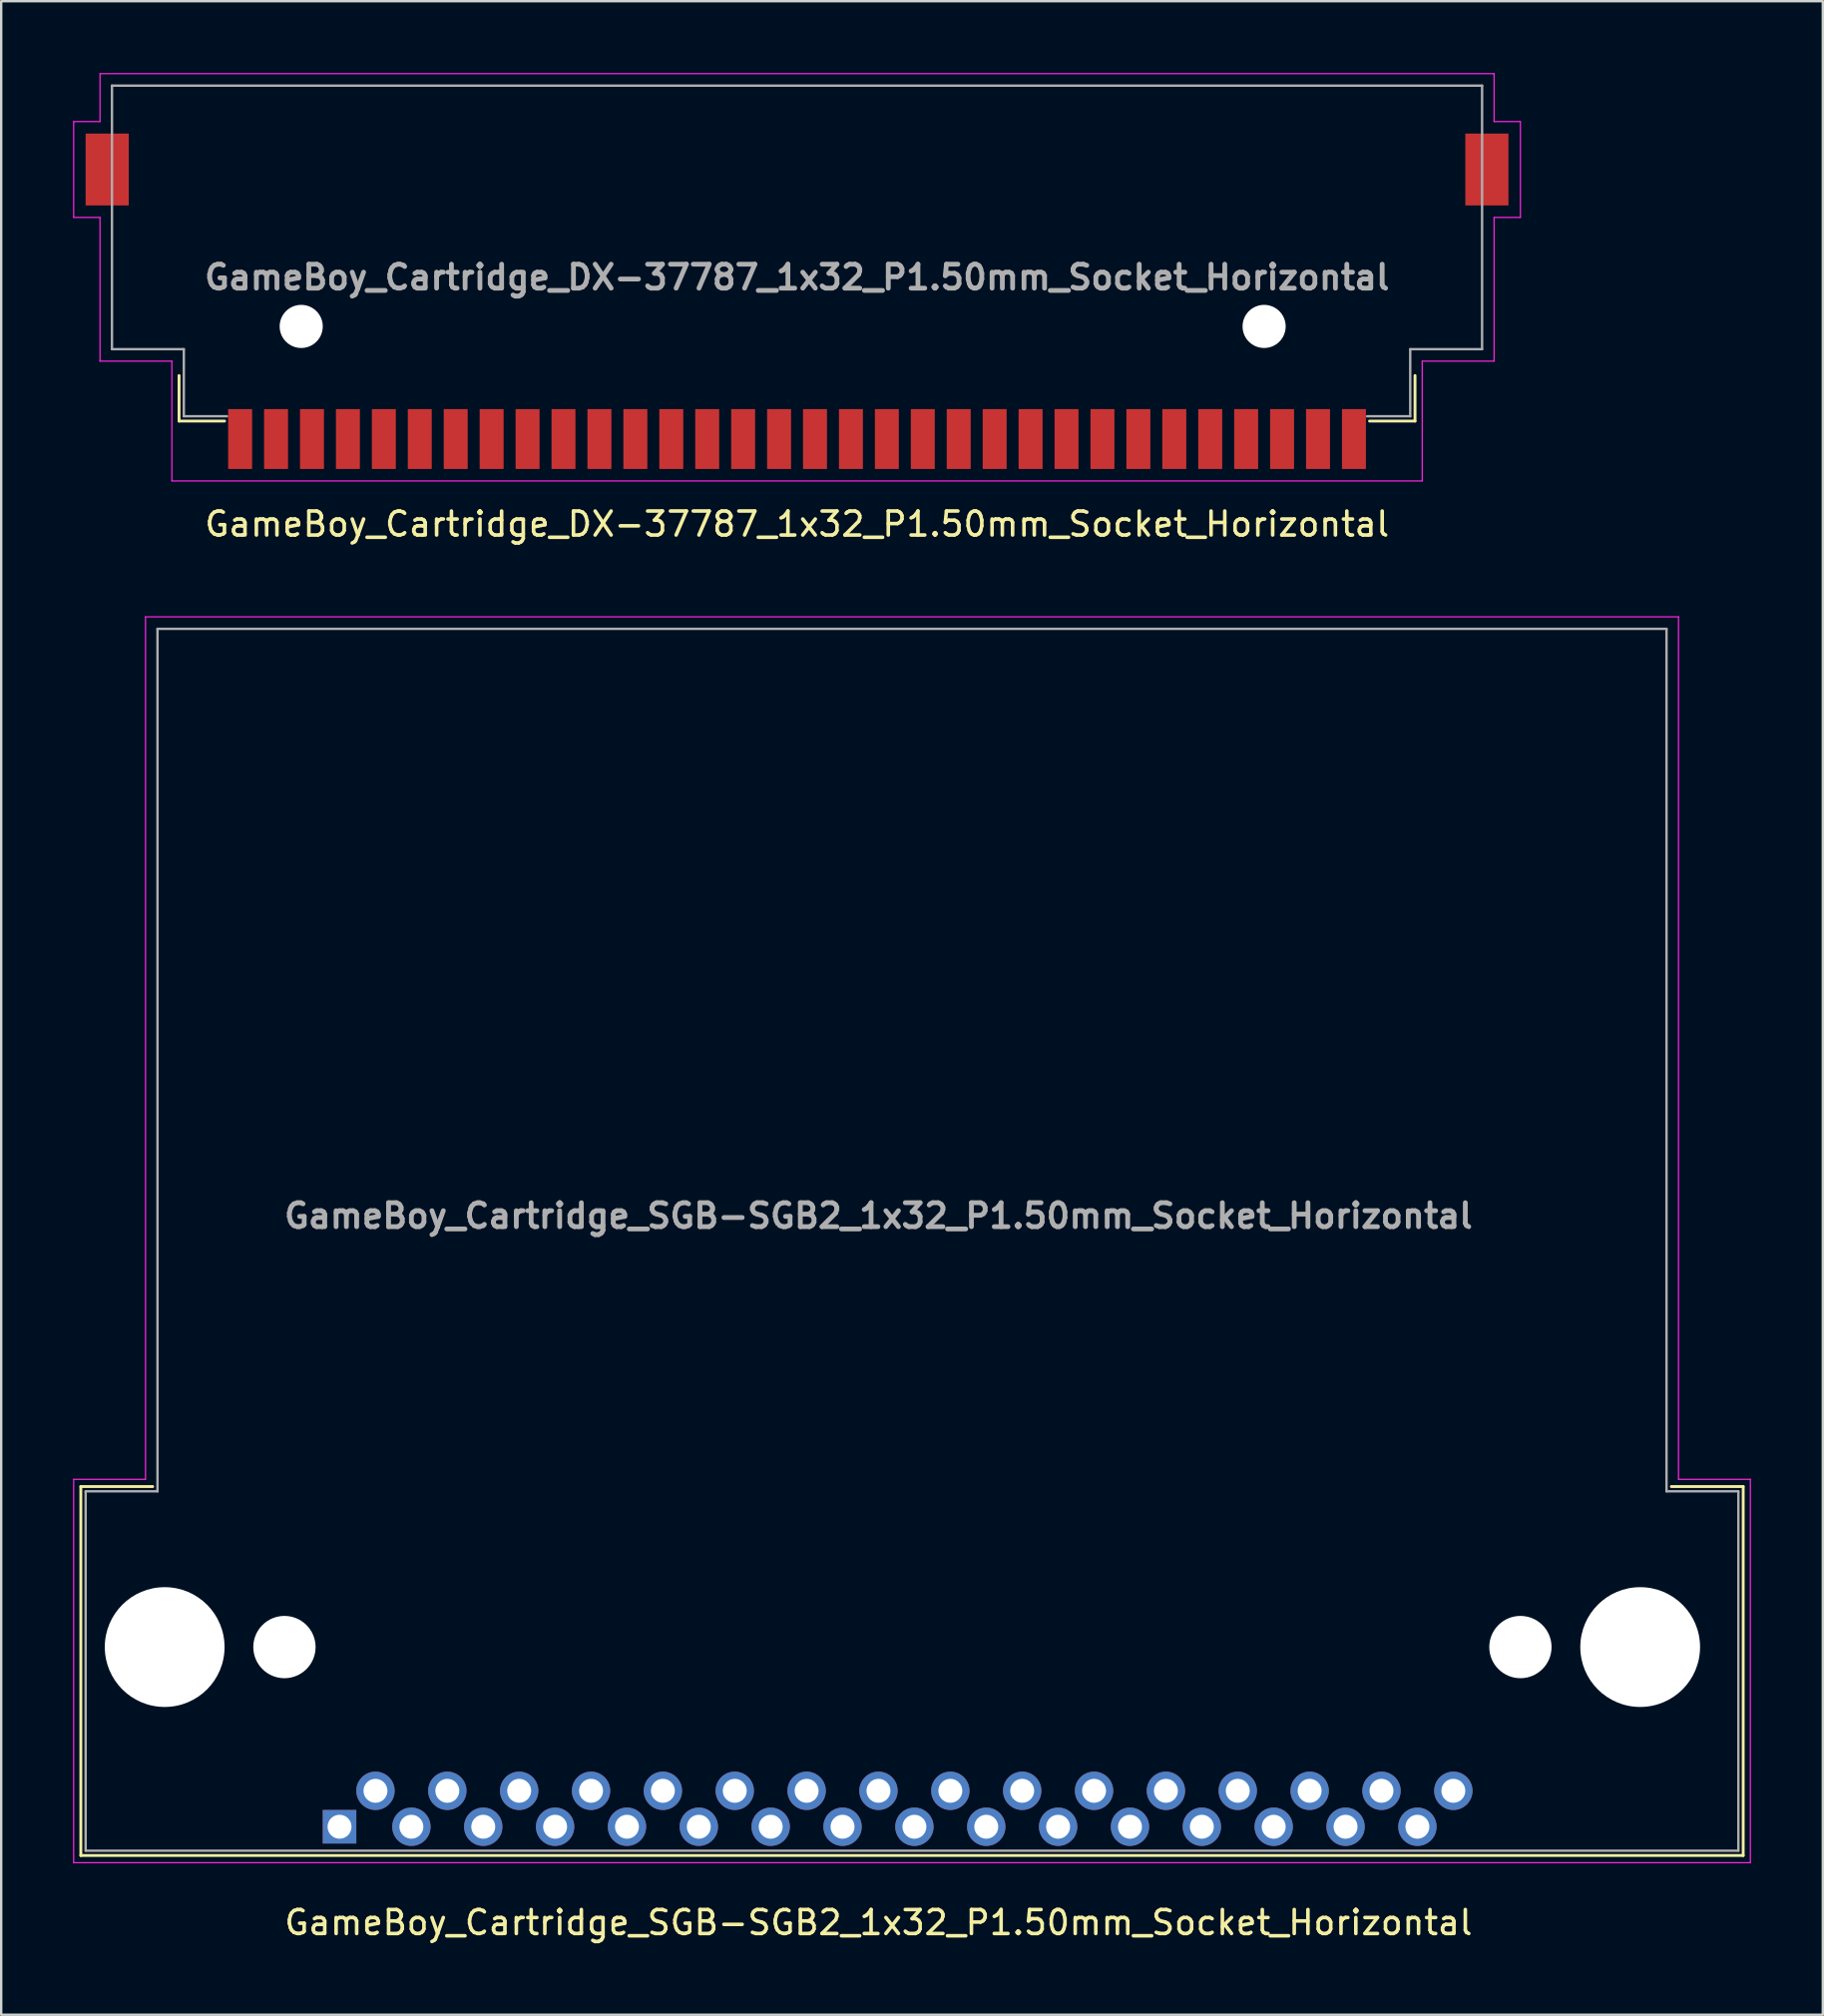
<source format=kicad_pcb>
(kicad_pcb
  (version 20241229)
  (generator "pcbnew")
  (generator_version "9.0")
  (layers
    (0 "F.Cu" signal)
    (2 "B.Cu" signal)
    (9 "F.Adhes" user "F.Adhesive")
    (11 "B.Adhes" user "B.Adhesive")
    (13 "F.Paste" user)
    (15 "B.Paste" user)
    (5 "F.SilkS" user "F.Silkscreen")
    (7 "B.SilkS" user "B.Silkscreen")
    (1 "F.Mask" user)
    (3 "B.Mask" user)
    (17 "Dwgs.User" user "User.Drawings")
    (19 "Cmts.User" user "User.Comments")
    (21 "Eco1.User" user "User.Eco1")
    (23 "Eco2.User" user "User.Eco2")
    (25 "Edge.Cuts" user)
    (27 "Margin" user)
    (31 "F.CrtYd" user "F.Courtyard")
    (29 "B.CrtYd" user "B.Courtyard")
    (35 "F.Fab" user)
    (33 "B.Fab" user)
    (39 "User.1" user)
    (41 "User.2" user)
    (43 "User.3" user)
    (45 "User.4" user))
  (footprint "GameBoy_Cartridge_SGB-SGB2_1x32_P1.50mm_Socket_Horizontal"
    (layer "F.Cu")
    (at 11.125 73.198)
    (property "Reference" "GameBoy_Cartridge_SGB-SGB2_1x32_P1.50mm_Socket_Horizontal" (at 22.5 4 0) (layer "F.SilkS") (effects (font (size 1 1) (thickness 0.15))))
    (attr through_hole)
    (fp_line (start -10.8 -14.2) (end -7.8 -14.2) (stroke (width 0.12) (type solid)) (layer "F.SilkS"))
    (fp_line (start -10.8 1.2) (end -10.8 -14.2) (stroke (width 0.12) (type solid)) (layer "F.SilkS"))
    (fp_line (start 55.6 -14.2) (end 58.6 -14.2) (stroke (width 0.12) (type solid)) (layer "F.SilkS"))
    (fp_line (start 58.6 -14.2) (end 58.6 1.2) (stroke (width 0.12) (type solid)) (layer "F.SilkS"))
    (fp_line (start 58.6 1.2) (end -10.8 1.2) (stroke (width 0.12) (type solid)) (layer "F.SilkS"))
    (fp_line (start -11.1 -14.5) (end -8.1 -14.5) (stroke (width 0.05) (type solid)) (layer "F.CrtYd"))
    (fp_line (start -11.1 1.5) (end -11.1 -14.5) (stroke (width 0.05) (type solid)) (layer "F.CrtYd"))
    (fp_line (start -8.1 -50.5) (end 55.9 -50.5) (stroke (width 0.05) (type solid)) (layer "F.CrtYd"))
    (fp_line (start -8.1 -14.5) (end -8.1 -50.5) (stroke (width 0.05) (type solid)) (layer "F.CrtYd"))
    (fp_line (start 55.9 -50.5) (end 55.9 -14.5) (stroke (width 0.05) (type solid)) (layer "F.CrtYd"))
    (fp_line (start 55.9 -14.5) (end 58.9 -14.5) (stroke (width 0.05) (type solid)) (layer "F.CrtYd"))
    (fp_line (start 58.9 -14.5) (end 58.9 1.5) (stroke (width 0.05) (type solid)) (layer "F.CrtYd"))
    (fp_line (start 58.9 1.5) (end -11.1 1.5) (stroke (width 0.05) (type solid)) (layer "F.CrtYd"))
    (fp_line (start -10.6 -14) (end -7.6 -14) (stroke (width 0.1) (type solid)) (layer "F.Fab"))
    (fp_line (start -10.6 1) (end -10.6 -14) (stroke (width 0.1) (type solid)) (layer "F.Fab"))
    (fp_line (start -10.6 1) (end 58.4 1) (stroke (width 0.1) (type solid)) (layer "F.Fab"))
    (fp_line (start -7.6 -50) (end 55.4 -50) (stroke (width 0.1) (type solid)) (layer "F.Fab"))
    (fp_line (start -7.6 -14) (end -7.6 -50) (stroke (width 0.1) (type solid)) (layer "F.Fab"))
    (fp_line (start 55.4 -14) (end 55.4 -50) (stroke (width 0.1) (type solid)) (layer "F.Fab"))
    (fp_line (start 55.4 -14) (end 58.4 -14) (stroke (width 0.1) (type solid)) (layer "F.Fab"))
    (fp_line (start 58.4 1) (end 58.4 -14) (stroke (width 0.1) (type solid)) (layer "F.Fab"))
    (fp_text user "${REFERENCE}" (at 22.5 -25.5 0) (layer "F.Fab") (effects (font (size 1 1) (thickness 0.2))))
    (pad "" np_thru_hole circle (at -7.3 -7.5) (size 5 5) (drill 5) (layers "*.Cu" "*.Mask"))
    (pad "" np_thru_hole circle (at -2.3 -7.5) (size 2.6 2.6) (drill 2.6) (layers "*.Cu" "*.Mask"))
    (pad "" np_thru_hole circle (at 49.3 -7.5) (size 2.6 2.6) (drill 2.6) (layers "*.Cu" "*.Mask"))
    (pad "" np_thru_hole circle (at 54.3 -7.5) (size 5 5) (drill 5) (layers "*.Cu" "*.Mask"))
    (pad "1" thru_hole rect (at 0 0) (size 1.4 1.4) (drill 1) (layers "*.Cu" "*.Mask"))
    (pad "2" thru_hole circle (at 1.5 -1.5) (size 1.6 1.6) (drill 1) (layers "*.Cu" "*.Mask"))
    (pad "3" thru_hole circle (at 3 0) (size 1.6 1.6) (drill 1) (layers "*.Cu" "*.Mask"))
    (pad "4" thru_hole circle (at 4.5 -1.5) (size 1.6 1.6) (drill 1) (layers "*.Cu" "*.Mask"))
    (pad "5" thru_hole circle (at 6 0) (size 1.6 1.6) (drill 1) (layers "*.Cu" "*.Mask"))
    (pad "6" thru_hole circle (at 7.5 -1.5) (size 1.6 1.6) (drill 1) (layers "*.Cu" "*.Mask"))
    (pad "7" thru_hole circle (at 9 0) (size 1.6 1.6) (drill 1) (layers "*.Cu" "*.Mask"))
    (pad "8" thru_hole circle (at 10.5 -1.5) (size 1.6 1.6) (drill 1) (layers "*.Cu" "*.Mask"))
    (pad "9" thru_hole circle (at 12 0) (size 1.6 1.6) (drill 1) (layers "*.Cu" "*.Mask"))
    (pad "10" thru_hole circle (at 13.5 -1.5) (size 1.6 1.6) (drill 1) (layers "*.Cu" "*.Mask"))
    (pad "11" thru_hole circle (at 15 0) (size 1.6 1.6) (drill 1) (layers "*.Cu" "*.Mask"))
    (pad "12" thru_hole circle (at 16.5 -1.5) (size 1.6 1.6) (drill 1) (layers "*.Cu" "*.Mask"))
    (pad "13" thru_hole circle (at 18 0) (size 1.6 1.6) (drill 1) (layers "*.Cu" "*.Mask"))
    (pad "14" thru_hole circle (at 19.5 -1.5) (size 1.6 1.6) (drill 1) (layers "*.Cu" "*.Mask"))
    (pad "15" thru_hole circle (at 21 0) (size 1.6 1.6) (drill 1) (layers "*.Cu" "*.Mask"))
    (pad "16" thru_hole circle (at 22.5 -1.5) (size 1.6 1.6) (drill 1) (layers "*.Cu" "*.Mask"))
    (pad "17" thru_hole circle (at 24 0) (size 1.6 1.6) (drill 1) (layers "*.Cu" "*.Mask"))
    (pad "18" thru_hole circle (at 25.5 -1.5) (size 1.6 1.6) (drill 1) (layers "*.Cu" "*.Mask"))
    (pad "19" thru_hole circle (at 27 0) (size 1.6 1.6) (drill 1) (layers "*.Cu" "*.Mask"))
    (pad "20" thru_hole circle (at 28.5 -1.5) (size 1.6 1.6) (drill 1) (layers "*.Cu" "*.Mask"))
    (pad "21" thru_hole circle (at 30 0) (size 1.6 1.6) (drill 1) (layers "*.Cu" "*.Mask"))
    (pad "22" thru_hole circle (at 31.5 -1.5) (size 1.6 1.6) (drill 1) (layers "*.Cu" "*.Mask"))
    (pad "23" thru_hole circle (at 33 0) (size 1.6 1.6) (drill 1) (layers "*.Cu" "*.Mask"))
    (pad "24" thru_hole circle (at 34.5 -1.5) (size 1.6 1.6) (drill 1) (layers "*.Cu" "*.Mask"))
    (pad "25" thru_hole circle (at 36 0) (size 1.6 1.6) (drill 1) (layers "*.Cu" "*.Mask"))
    (pad "26" thru_hole circle (at 37.5 -1.5) (size 1.6 1.6) (drill 1) (layers "*.Cu" "*.Mask"))
    (pad "27" thru_hole circle (at 39 0) (size 1.6 1.6) (drill 1) (layers "*.Cu" "*.Mask"))
    (pad "28" thru_hole circle (at 40.5 -1.5) (size 1.6 1.6) (drill 1) (layers "*.Cu" "*.Mask"))
    (pad "29" thru_hole circle (at 42 0) (size 1.6 1.6) (drill 1) (layers "*.Cu" "*.Mask"))
    (pad "30" thru_hole circle (at 43.5 -1.5) (size 1.6 1.6) (drill 1) (layers "*.Cu" "*.Mask"))
    (pad "31" thru_hole circle (at 45 0) (size 1.6 1.6) (drill 1) (layers "*.Cu" "*.Mask"))
    (pad "32" thru_hole circle (at 46.5 -1.5) (size 1.6 1.6) (drill 1) (layers "*.Cu" "*.Mask")))
  (footprint "GameBoy_Cartridge_DX-37787_1x32_P1.50mm_Socket_Horizontal"
    (layer "F.Cu")
    (at 30.225 9.525)
    (property "Reference" "GameBoy_Cartridge_DX-37787_1x32_P1.50mm_Socket_Horizontal" (at 0 9.3 180) (layer "F.SilkS") (effects (font (size 1 1) (thickness 0.15))))
    (attr smd)
    (fp_line (start -25.8 5) (end -25.8 3.1) (stroke (width 0.12) (type solid)) (layer "F.SilkS"))
    (fp_line (start -23.9 5) (end -25.8 5) (stroke (width 0.12) (type solid)) (layer "F.SilkS"))
    (fp_line (start 23.9 5) (end 25.8 5) (stroke (width 0.12) (type solid)) (layer "F.SilkS"))
    (fp_line (start 25.8 5) (end 25.8 3.1) (stroke (width 0.12) (type solid)) (layer "F.SilkS"))
    (fp_line (start -30.2 -7.5) (end -30.2 -3.5) (stroke (width 0.05) (type solid)) (layer "F.CrtYd"))
    (fp_line (start -30.2 -3.5) (end -29.1 -3.5) (stroke (width 0.05) (type solid)) (layer "F.CrtYd"))
    (fp_line (start -29.1 -9.5) (end -29.1 -7.5) (stroke (width 0.05) (type solid)) (layer "F.CrtYd"))
    (fp_line (start -29.1 -9.5) (end 29.1 -9.5) (stroke (width 0.05) (type solid)) (layer "F.CrtYd"))
    (fp_line (start -29.1 -7.5) (end -30.2 -7.5) (stroke (width 0.05) (type solid)) (layer "F.CrtYd"))
    (fp_line (start -29.1 -3.5) (end -29.1 2.5) (stroke (width 0.05) (type solid)) (layer "F.CrtYd"))
    (fp_line (start -29.1 2.5) (end -26.1 2.5) (stroke (width 0.05) (type solid)) (layer "F.CrtYd"))
    (fp_line (start -26.1 2.5) (end -26.1 7.5) (stroke (width 0.05) (type solid)) (layer "F.CrtYd"))
    (fp_line (start -26.1 7.5) (end 26.1 7.5) (stroke (width 0.05) (type solid)) (layer "F.CrtYd"))
    (fp_line (start 26.1 2.5) (end 29.1 2.5) (stroke (width 0.05) (type solid)) (layer "F.CrtYd"))
    (fp_line (start 26.1 7.5) (end 26.1 2.5) (stroke (width 0.05) (type solid)) (layer "F.CrtYd"))
    (fp_line (start 29.1 -7.5) (end 29.1 -9.5) (stroke (width 0.05) (type solid)) (layer "F.CrtYd"))
    (fp_line (start 29.1 -3.5) (end 30.2 -3.5) (stroke (width 0.05) (type solid)) (layer "F.CrtYd"))
    (fp_line (start 29.1 2.5) (end 29.1 -3.5) (stroke (width 0.05) (type solid)) (layer "F.CrtYd"))
    (fp_line (start 30.2 -7.5) (end 29.1 -7.5) (stroke (width 0.05) (type solid)) (layer "F.CrtYd"))
    (fp_line (start 30.2 -3.5) (end 30.2 -7.5) (stroke (width 0.05) (type solid)) (layer "F.CrtYd"))
    (fp_line (start -28.6 -9) (end 28.6 -9) (stroke (width 0.1) (type solid)) (layer "F.Fab"))
    (fp_line (start -28.6 2) (end -28.6 -9) (stroke (width 0.1) (type solid)) (layer "F.Fab"))
    (fp_line (start -25.6 2) (end -28.6 2) (stroke (width 0.1) (type solid)) (layer "F.Fab"))
    (fp_line (start -25.6 4.8) (end -25.6 2) (stroke (width 0.1) (type solid)) (layer "F.Fab"))
    (fp_line (start -23.8 4.8) (end -25.6 4.8) (stroke (width 0.1) (type solid)) (layer "F.Fab"))
    (fp_line (start 23.8 4.8) (end 25.6 4.8) (stroke (width 0.1) (type solid)) (layer "F.Fab"))
    (fp_line (start 25.6 2) (end 28.6 2) (stroke (width 0.1) (type solid)) (layer "F.Fab"))
    (fp_line (start 25.6 4.8) (end 25.6 2) (stroke (width 0.1) (type solid)) (layer "F.Fab"))
    (fp_line (start 28.6 2) (end 28.6 -9) (stroke (width 0.1) (type solid)) (layer "F.Fab"))
    (fp_text user "${REFERENCE}" (at 0 -1 0) (layer "F.Fab") (effects (font (size 1 1) (thickness 0.2))))
    (pad "" np_thru_hole circle (at -20.7 1.05) (size 1.8 1.8) (drill 1.8) (layers "*.Cu" "*.Mask"))
    (pad "" np_thru_hole circle (at 19.5 1.05) (size 1.8 1.8) (drill 1.8) (layers "*.Cu" "*.Mask"))
    (pad "1" smd rect (at -23.25 5.75) (size 1 2.5) (layers "F.Cu" "F.Mask" "F.Paste"))
    (pad "2" smd rect (at -21.75 5.75) (size 1 2.5) (layers "F.Cu" "F.Mask" "F.Paste"))
    (pad "3" smd rect (at -20.25 5.75) (size 1 2.5) (layers "F.Cu" "F.Mask" "F.Paste"))
    (pad "4" smd rect (at -18.75 5.75) (size 1 2.5) (layers "F.Cu" "F.Mask" "F.Paste"))
    (pad "5" smd rect (at -17.25 5.75) (size 1 2.5) (layers "F.Cu" "F.Mask" "F.Paste"))
    (pad "6" smd rect (at -15.75 5.75) (size 1 2.5) (layers "F.Cu" "F.Mask" "F.Paste"))
    (pad "7" smd rect (at -14.25 5.75) (size 1 2.5) (layers "F.Cu" "F.Mask" "F.Paste"))
    (pad "8" smd rect (at -12.75 5.75) (size 1 2.5) (layers "F.Cu" "F.Mask" "F.Paste"))
    (pad "9" smd rect (at -11.25 5.75) (size 1 2.5) (layers "F.Cu" "F.Mask" "F.Paste"))
    (pad "10" smd rect (at -9.75 5.75) (size 1 2.5) (layers "F.Cu" "F.Mask" "F.Paste"))
    (pad "11" smd rect (at -8.25 5.75) (size 1 2.5) (layers "F.Cu" "F.Mask" "F.Paste"))
    (pad "12" smd rect (at -6.75 5.75) (size 1 2.5) (layers "F.Cu" "F.Mask" "F.Paste"))
    (pad "13" smd rect (at -5.25 5.75) (size 1 2.5) (layers "F.Cu" "F.Mask" "F.Paste"))
    (pad "14" smd rect (at -3.75 5.75) (size 1 2.5) (layers "F.Cu" "F.Mask" "F.Paste"))
    (pad "15" smd rect (at -2.25 5.75) (size 1 2.5) (layers "F.Cu" "F.Mask" "F.Paste"))
    (pad "16" smd rect (at -0.75 5.75) (size 1 2.5) (layers "F.Cu" "F.Mask" "F.Paste"))
    (pad "17" smd rect (at 0.75 5.75) (size 1 2.5) (layers "F.Cu" "F.Mask" "F.Paste"))
    (pad "18" smd rect (at 2.25 5.75) (size 1 2.5) (layers "F.Cu" "F.Mask" "F.Paste"))
    (pad "19" smd rect (at 3.75 5.75) (size 1 2.5) (layers "F.Cu" "F.Mask" "F.Paste"))
    (pad "20" smd rect (at 5.25 5.75) (size 1 2.5) (layers "F.Cu" "F.Mask" "F.Paste"))
    (pad "21" smd rect (at 6.75 5.75) (size 1 2.5) (layers "F.Cu" "F.Mask" "F.Paste"))
    (pad "22" smd rect (at 8.25 5.75) (size 1 2.5) (layers "F.Cu" "F.Mask" "F.Paste"))
    (pad "23" smd rect (at 9.75 5.75) (size 1 2.5) (layers "F.Cu" "F.Mask" "F.Paste"))
    (pad "24" smd rect (at 11.25 5.75) (size 1 2.5) (layers "F.Cu" "F.Mask" "F.Paste"))
    (pad "25" smd rect (at 12.75 5.75) (size 1 2.5) (layers "F.Cu" "F.Mask" "F.Paste"))
    (pad "26" smd rect (at 14.25 5.75) (size 1 2.5) (layers "F.Cu" "F.Mask" "F.Paste"))
    (pad "27" smd rect (at 15.75 5.75) (size 1 2.5) (layers "F.Cu" "F.Mask" "F.Paste"))
    (pad "28" smd rect (at 17.25 5.75) (size 1 2.5) (layers "F.Cu" "F.Mask" "F.Paste"))
    (pad "29" smd rect (at 18.75 5.75) (size 1 2.5) (layers "F.Cu" "F.Mask" "F.Paste"))
    (pad "30" smd rect (at 20.25 5.75) (size 1 2.5) (layers "F.Cu" "F.Mask" "F.Paste"))
    (pad "31" smd rect (at 21.75 5.75) (size 1 2.5) (layers "F.Cu" "F.Mask" "F.Paste"))
    (pad "32" smd rect (at -28.8 -5.5) (size 1.8 3) (layers "F.Cu" "F.Mask" "F.Paste"))
    (pad "32" smd rect (at 23.25 5.75) (size 1 2.5) (layers "F.Cu" "F.Mask" "F.Paste"))
    (pad "32" smd rect (at 28.8 -5.5) (size 1.8 3) (layers "F.Cu" "F.Mask" "F.Paste")))
  (gr_rect
    (start -3 -3)
    (end 73.05 81.046)
    (stroke (width 0.1) (type default))
    (fill no)
    (layer "Edge.Cuts")))
</source>
